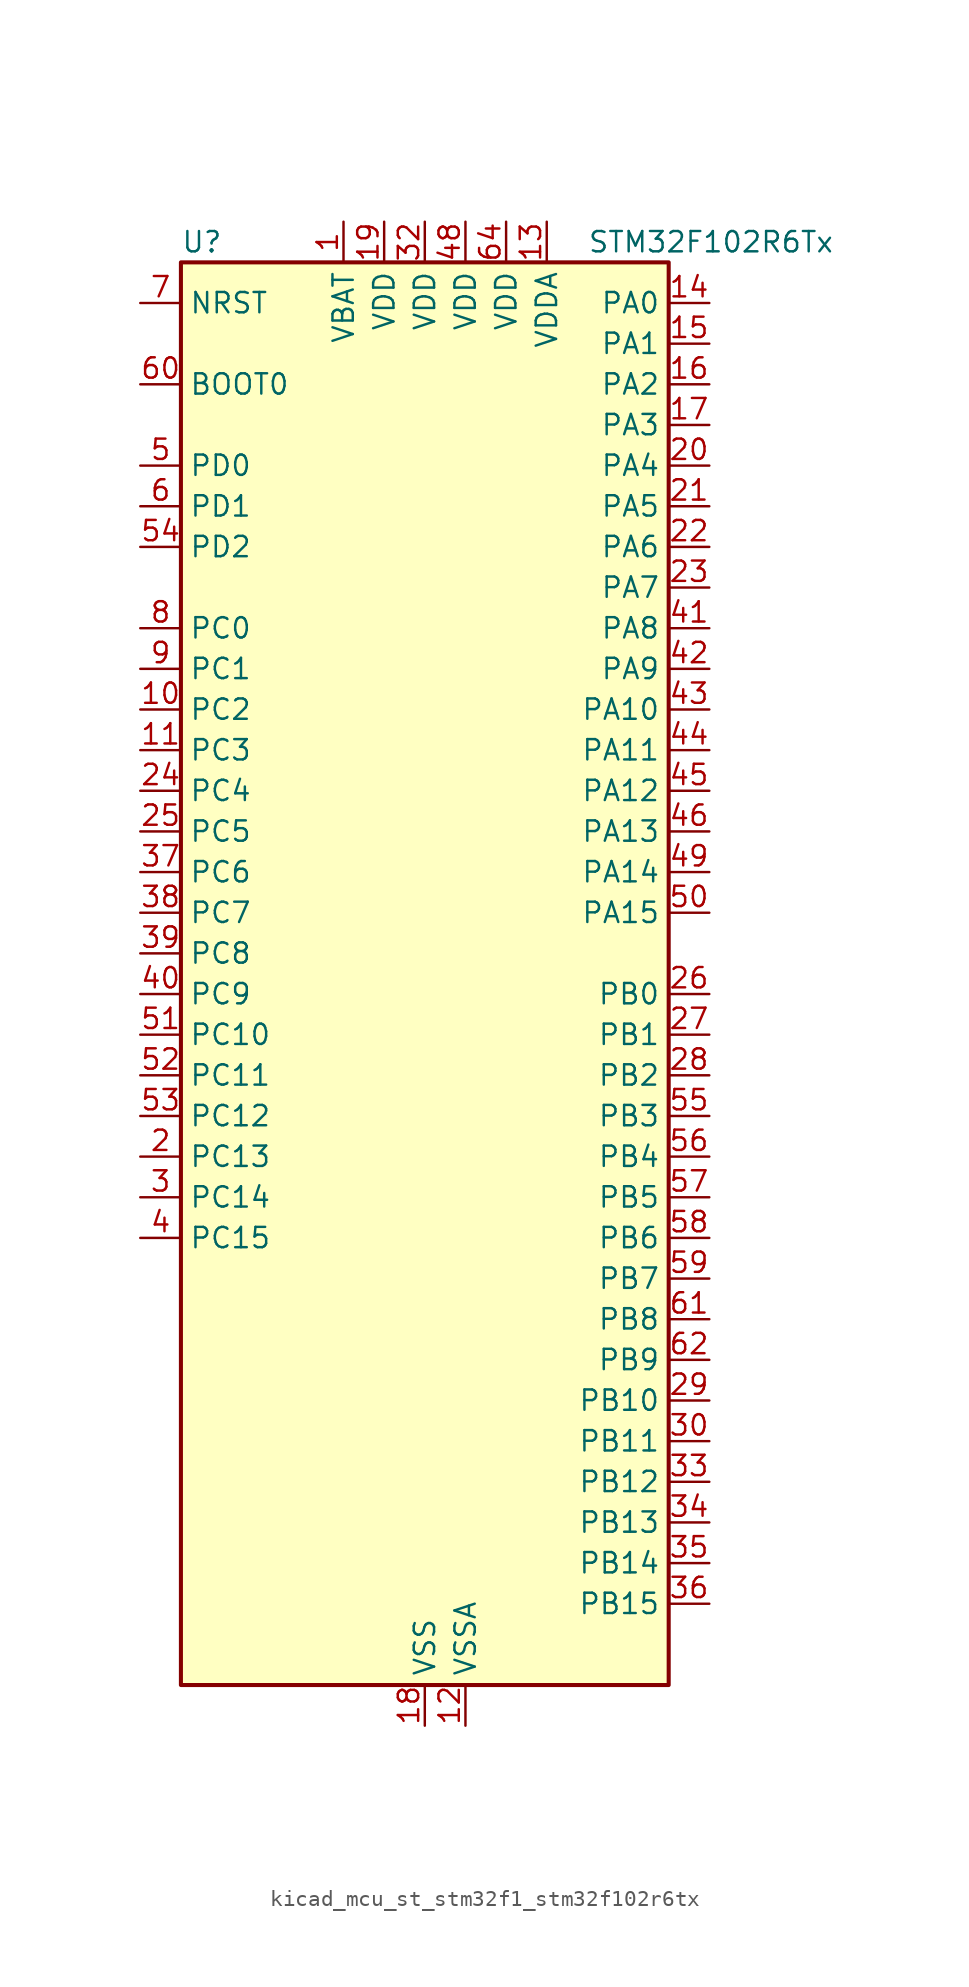
<source format=kicad_sym>
(kicad_symbol_lib
  (version 20220914)
  (generator kicad_symbol_editor)
  (symbol "kicad_mcu_st_stm32f1_stm32f102r6tx"
    (property "Reference" "U"
      (at -15.24 46.99 0)
      (effects (font (size 1.27 1.27)) (justify left)))
    (property "Value" "STM32F102R6Tx"
      (at 10.16 46.99 0)
      (effects (font (size 1.27 1.27)) (justify left)))
    (property "ki_locked" ""
      (at 0 0 0)
      (effects (font (size 1.27 1.27))))
    (symbol "kicad_mcu_st_stm32f1_stm32f102r6tx_0_1"
      (rectangle (start -15.24 -43.18) (end 15.24 45.72) (stroke (width 0.254) (type default)) (fill (type background))))
    (symbol "kicad_mcu_st_stm32f1_stm32f102r6tx_1_1"
      (pin power_in line (at -5.08 48.26 270) (length 2.54) (name "VBAT" (effects (font (size 1.27 1.27)))) (number "1" (effects (font (size 1.27 1.27)))))
      (pin bidirectional line (at -17.78 17.78 0) (length 2.54) (name "PC2" (effects (font (size 1.27 1.27)))) (number "10" (effects (font (size 1.27 1.27)))) (alternate "ADC1_IN12" bidirectional line))
      (pin bidirectional line (at -17.78 15.24 0) (length 2.54) (name "PC3" (effects (font (size 1.27 1.27)))) (number "11" (effects (font (size 1.27 1.27)))) (alternate "ADC1_IN13" bidirectional line))
      (pin power_in line (at 2.54 -45.72 90) (length 2.54) (name "VSSA" (effects (font (size 1.27 1.27)))) (number "12" (effects (font (size 1.27 1.27)))))
      (pin power_in line (at 7.62 48.26 270) (length 2.54) (name "VDDA" (effects (font (size 1.27 1.27)))) (number "13" (effects (font (size 1.27 1.27)))))
      (pin bidirectional line (at 17.78 43.18 180) (length 2.54) (name "PA0" (effects (font (size 1.27 1.27)))) (number "14" (effects (font (size 1.27 1.27)))) (alternate "ADC1_IN0" bidirectional line) (alternate "SYS_WKUP" bidirectional line) (alternate "TIM2_CH1" bidirectional line) (alternate "TIM2_ETR" bidirectional line) (alternate "USART2_CTS" bidirectional line))
      (pin bidirectional line (at 17.78 40.64 180) (length 2.54) (name "PA1" (effects (font (size 1.27 1.27)))) (number "15" (effects (font (size 1.27 1.27)))) (alternate "ADC1_IN1" bidirectional line) (alternate "TIM2_CH2" bidirectional line) (alternate "USART2_RTS" bidirectional line))
      (pin bidirectional line (at 17.78 38.1 180) (length 2.54) (name "PA2" (effects (font (size 1.27 1.27)))) (number "16" (effects (font (size 1.27 1.27)))) (alternate "ADC1_IN2" bidirectional line) (alternate "TIM2_CH3" bidirectional line) (alternate "USART2_TX" bidirectional line))
      (pin bidirectional line (at 17.78 35.56 180) (length 2.54) (name "PA3" (effects (font (size 1.27 1.27)))) (number "17" (effects (font (size 1.27 1.27)))) (alternate "ADC1_IN3" bidirectional line) (alternate "TIM2_CH4" bidirectional line) (alternate "USART2_RX" bidirectional line))
      (pin power_in line (at 0 -45.72 90) (length 2.54) (name "VSS" (effects (font (size 1.27 1.27)))) (number "18" (effects (font (size 1.27 1.27)))))
      (pin power_in line (at -2.54 48.26 270) (length 2.54) (name "VDD" (effects (font (size 1.27 1.27)))) (number "19" (effects (font (size 1.27 1.27)))))
      (pin bidirectional line (at -17.78 -10.16 0) (length 2.54) (name "PC13" (effects (font (size 1.27 1.27)))) (number "2" (effects (font (size 1.27 1.27)))) (alternate "RTC_OUT" bidirectional line) (alternate "RTC_TAMPER" bidirectional line))
      (pin bidirectional line (at 17.78 33.02 180) (length 2.54) (name "PA4" (effects (font (size 1.27 1.27)))) (number "20" (effects (font (size 1.27 1.27)))) (alternate "ADC1_IN4" bidirectional line) (alternate "SPI1_NSS" bidirectional line) (alternate "USART2_CK" bidirectional line))
      (pin bidirectional line (at 17.78 30.48 180) (length 2.54) (name "PA5" (effects (font (size 1.27 1.27)))) (number "21" (effects (font (size 1.27 1.27)))) (alternate "ADC1_IN5" bidirectional line) (alternate "SPI1_SCK" bidirectional line))
      (pin bidirectional line (at 17.78 27.94 180) (length 2.54) (name "PA6" (effects (font (size 1.27 1.27)))) (number "22" (effects (font (size 1.27 1.27)))) (alternate "ADC1_IN6" bidirectional line) (alternate "SPI1_MISO" bidirectional line) (alternate "TIM3_CH1" bidirectional line))
      (pin bidirectional line (at 17.78 25.4 180) (length 2.54) (name "PA7" (effects (font (size 1.27 1.27)))) (number "23" (effects (font (size 1.27 1.27)))) (alternate "ADC1_IN7" bidirectional line) (alternate "SPI1_MOSI" bidirectional line) (alternate "TIM3_CH2" bidirectional line))
      (pin bidirectional line (at -17.78 12.7 0) (length 2.54) (name "PC4" (effects (font (size 1.27 1.27)))) (number "24" (effects (font (size 1.27 1.27)))) (alternate "ADC1_IN14" bidirectional line))
      (pin bidirectional line (at -17.78 10.16 0) (length 2.54) (name "PC5" (effects (font (size 1.27 1.27)))) (number "25" (effects (font (size 1.27 1.27)))) (alternate "ADC1_IN15" bidirectional line))
      (pin bidirectional line (at 17.78 0 180) (length 2.54) (name "PB0" (effects (font (size 1.27 1.27)))) (number "26" (effects (font (size 1.27 1.27)))) (alternate "ADC1_IN8" bidirectional line) (alternate "TIM3_CH3" bidirectional line))
      (pin bidirectional line (at 17.78 -2.54 180) (length 2.54) (name "PB1" (effects (font (size 1.27 1.27)))) (number "27" (effects (font (size 1.27 1.27)))) (alternate "ADC1_IN9" bidirectional line) (alternate "TIM3_CH4" bidirectional line))
      (pin bidirectional line (at 17.78 -5.08 180) (length 2.54) (name "PB2" (effects (font (size 1.27 1.27)))) (number "28" (effects (font (size 1.27 1.27)))))
      (pin bidirectional line (at 17.78 -25.4 180) (length 2.54) (name "PB10" (effects (font (size 1.27 1.27)))) (number "29" (effects (font (size 1.27 1.27)))) (alternate "TIM2_CH3" bidirectional line))
      (pin bidirectional line (at -17.78 -12.7 0) (length 2.54) (name "PC14" (effects (font (size 1.27 1.27)))) (number "3" (effects (font (size 1.27 1.27)))) (alternate "RCC_OSC32_IN" bidirectional line))
      (pin bidirectional line (at 17.78 -27.94 180) (length 2.54) (name "PB11" (effects (font (size 1.27 1.27)))) (number "30" (effects (font (size 1.27 1.27)))) (alternate "ADC1_EXTI11" bidirectional line) (alternate "TIM2_CH4" bidirectional line))
      (pin passive line (at 0 -45.72 90) (length 2.54) hide (name "VSS" (effects (font (size 1.27 1.27)))) (number "31" (effects (font (size 1.27 1.27)))))
      (pin power_in line (at 0 48.26 270) (length 2.54) (name "VDD" (effects (font (size 1.27 1.27)))) (number "32" (effects (font (size 1.27 1.27)))))
      (pin bidirectional line (at 17.78 -30.48 180) (length 2.54) (name "PB12" (effects (font (size 1.27 1.27)))) (number "33" (effects (font (size 1.27 1.27)))))
      (pin bidirectional line (at 17.78 -33.02 180) (length 2.54) (name "PB13" (effects (font (size 1.27 1.27)))) (number "34" (effects (font (size 1.27 1.27)))))
      (pin bidirectional line (at 17.78 -35.56 180) (length 2.54) (name "PB14" (effects (font (size 1.27 1.27)))) (number "35" (effects (font (size 1.27 1.27)))))
      (pin bidirectional line (at 17.78 -38.1 180) (length 2.54) (name "PB15" (effects (font (size 1.27 1.27)))) (number "36" (effects (font (size 1.27 1.27)))) (alternate "ADC1_EXTI15" bidirectional line))
      (pin bidirectional line (at -17.78 7.62 0) (length 2.54) (name "PC6" (effects (font (size 1.27 1.27)))) (number "37" (effects (font (size 1.27 1.27)))) (alternate "TIM3_CH1" bidirectional line))
      (pin bidirectional line (at -17.78 5.08 0) (length 2.54) (name "PC7" (effects (font (size 1.27 1.27)))) (number "38" (effects (font (size 1.27 1.27)))) (alternate "TIM3_CH2" bidirectional line))
      (pin bidirectional line (at -17.78 2.54 0) (length 2.54) (name "PC8" (effects (font (size 1.27 1.27)))) (number "39" (effects (font (size 1.27 1.27)))) (alternate "TIM3_CH3" bidirectional line))
      (pin bidirectional line (at -17.78 -15.24 0) (length 2.54) (name "PC15" (effects (font (size 1.27 1.27)))) (number "4" (effects (font (size 1.27 1.27)))) (alternate "ADC1_EXTI15" bidirectional line) (alternate "RCC_OSC32_OUT" bidirectional line))
      (pin bidirectional line (at -17.78 0 0) (length 2.54) (name "PC9" (effects (font (size 1.27 1.27)))) (number "40" (effects (font (size 1.27 1.27)))) (alternate "TIM3_CH4" bidirectional line))
      (pin bidirectional line (at 17.78 22.86 180) (length 2.54) (name "PA8" (effects (font (size 1.27 1.27)))) (number "41" (effects (font (size 1.27 1.27)))) (alternate "RCC_MCO" bidirectional line) (alternate "USART1_CK" bidirectional line))
      (pin bidirectional line (at 17.78 20.32 180) (length 2.54) (name "PA9" (effects (font (size 1.27 1.27)))) (number "42" (effects (font (size 1.27 1.27)))) (alternate "USART1_TX" bidirectional line))
      (pin bidirectional line (at 17.78 17.78 180) (length 2.54) (name "PA10" (effects (font (size 1.27 1.27)))) (number "43" (effects (font (size 1.27 1.27)))) (alternate "USART1_RX" bidirectional line))
      (pin bidirectional line (at 17.78 15.24 180) (length 2.54) (name "PA11" (effects (font (size 1.27 1.27)))) (number "44" (effects (font (size 1.27 1.27)))) (alternate "ADC1_EXTI11" bidirectional line) (alternate "USART1_CTS" bidirectional line) (alternate "USB_DM" bidirectional line))
      (pin bidirectional line (at 17.78 12.7 180) (length 2.54) (name "PA12" (effects (font (size 1.27 1.27)))) (number "45" (effects (font (size 1.27 1.27)))) (alternate "USART1_RTS" bidirectional line) (alternate "USB_DP" bidirectional line))
      (pin bidirectional line (at 17.78 10.16 180) (length 2.54) (name "PA13" (effects (font (size 1.27 1.27)))) (number "46" (effects (font (size 1.27 1.27)))) (alternate "SYS_JTMS-SWDIO" bidirectional line))
      (pin passive line (at 0 -45.72 90) (length 2.54) hide (name "VSS" (effects (font (size 1.27 1.27)))) (number "47" (effects (font (size 1.27 1.27)))))
      (pin power_in line (at 2.54 48.26 270) (length 2.54) (name "VDD" (effects (font (size 1.27 1.27)))) (number "48" (effects (font (size 1.27 1.27)))))
      (pin bidirectional line (at 17.78 7.62 180) (length 2.54) (name "PA14" (effects (font (size 1.27 1.27)))) (number "49" (effects (font (size 1.27 1.27)))) (alternate "SYS_JTCK-SWCLK" bidirectional line))
      (pin bidirectional line (at -17.78 33.02 0) (length 2.54) (name "PD0" (effects (font (size 1.27 1.27)))) (number "5" (effects (font (size 1.27 1.27)))) (alternate "RCC_OSC_IN" bidirectional line))
      (pin bidirectional line (at 17.78 5.08 180) (length 2.54) (name "PA15" (effects (font (size 1.27 1.27)))) (number "50" (effects (font (size 1.27 1.27)))) (alternate "ADC1_EXTI15" bidirectional line) (alternate "SPI1_NSS" bidirectional line) (alternate "SYS_JTDI" bidirectional line) (alternate "TIM2_CH1" bidirectional line) (alternate "TIM2_ETR" bidirectional line))
      (pin bidirectional line (at -17.78 -2.54 0) (length 2.54) (name "PC10" (effects (font (size 1.27 1.27)))) (number "51" (effects (font (size 1.27 1.27)))))
      (pin bidirectional line (at -17.78 -5.08 0) (length 2.54) (name "PC11" (effects (font (size 1.27 1.27)))) (number "52" (effects (font (size 1.27 1.27)))) (alternate "ADC1_EXTI11" bidirectional line))
      (pin bidirectional line (at -17.78 -7.62 0) (length 2.54) (name "PC12" (effects (font (size 1.27 1.27)))) (number "53" (effects (font (size 1.27 1.27)))))
      (pin bidirectional line (at -17.78 27.94 0) (length 2.54) (name "PD2" (effects (font (size 1.27 1.27)))) (number "54" (effects (font (size 1.27 1.27)))) (alternate "TIM3_ETR" bidirectional line))
      (pin bidirectional line (at 17.78 -7.62 180) (length 2.54) (name "PB3" (effects (font (size 1.27 1.27)))) (number "55" (effects (font (size 1.27 1.27)))) (alternate "SPI1_SCK" bidirectional line) (alternate "SYS_JTDO-TRACESWO" bidirectional line) (alternate "TIM2_CH2" bidirectional line))
      (pin bidirectional line (at 17.78 -10.16 180) (length 2.54) (name "PB4" (effects (font (size 1.27 1.27)))) (number "56" (effects (font (size 1.27 1.27)))) (alternate "SPI1_MISO" bidirectional line) (alternate "SYS_NJTRST" bidirectional line) (alternate "TIM3_CH1" bidirectional line))
      (pin bidirectional line (at 17.78 -12.7 180) (length 2.54) (name "PB5" (effects (font (size 1.27 1.27)))) (number "57" (effects (font (size 1.27 1.27)))) (alternate "I2C1_SMBA" bidirectional line) (alternate "SPI1_MOSI" bidirectional line) (alternate "TIM3_CH2" bidirectional line))
      (pin bidirectional line (at 17.78 -15.24 180) (length 2.54) (name "PB6" (effects (font (size 1.27 1.27)))) (number "58" (effects (font (size 1.27 1.27)))) (alternate "I2C1_SCL" bidirectional line) (alternate "USART1_TX" bidirectional line))
      (pin bidirectional line (at 17.78 -17.78 180) (length 2.54) (name "PB7" (effects (font (size 1.27 1.27)))) (number "59" (effects (font (size 1.27 1.27)))) (alternate "I2C1_SDA" bidirectional line) (alternate "USART1_RX" bidirectional line))
      (pin bidirectional line (at -17.78 30.48 0) (length 2.54) (name "PD1" (effects (font (size 1.27 1.27)))) (number "6" (effects (font (size 1.27 1.27)))) (alternate "RCC_OSC_OUT" bidirectional line))
      (pin input line (at -17.78 38.1 0) (length 2.54) (name "BOOT0" (effects (font (size 1.27 1.27)))) (number "60" (effects (font (size 1.27 1.27)))))
      (pin bidirectional line (at 17.78 -20.32 180) (length 2.54) (name "PB8" (effects (font (size 1.27 1.27)))) (number "61" (effects (font (size 1.27 1.27)))) (alternate "I2C1_SCL" bidirectional line))
      (pin bidirectional line (at 17.78 -22.86 180) (length 2.54) (name "PB9" (effects (font (size 1.27 1.27)))) (number "62" (effects (font (size 1.27 1.27)))) (alternate "I2C1_SDA" bidirectional line))
      (pin passive line (at 0 -45.72 90) (length 2.54) hide (name "VSS" (effects (font (size 1.27 1.27)))) (number "63" (effects (font (size 1.27 1.27)))))
      (pin power_in line (at 5.08 48.26 270) (length 2.54) (name "VDD" (effects (font (size 1.27 1.27)))) (number "64" (effects (font (size 1.27 1.27)))))
      (pin input line (at -17.78 43.18 0) (length 2.54) (name "NRST" (effects (font (size 1.27 1.27)))) (number "7" (effects (font (size 1.27 1.27)))))
      (pin bidirectional line (at -17.78 22.86 0) (length 2.54) (name "PC0" (effects (font (size 1.27 1.27)))) (number "8" (effects (font (size 1.27 1.27)))) (alternate "ADC1_IN10" bidirectional line))
      (pin bidirectional line (at -17.78 20.32 0) (length 2.54) (name "PC1" (effects (font (size 1.27 1.27)))) (number "9" (effects (font (size 1.27 1.27)))) (alternate "ADC1_IN11" bidirectional line)))))
</source>
